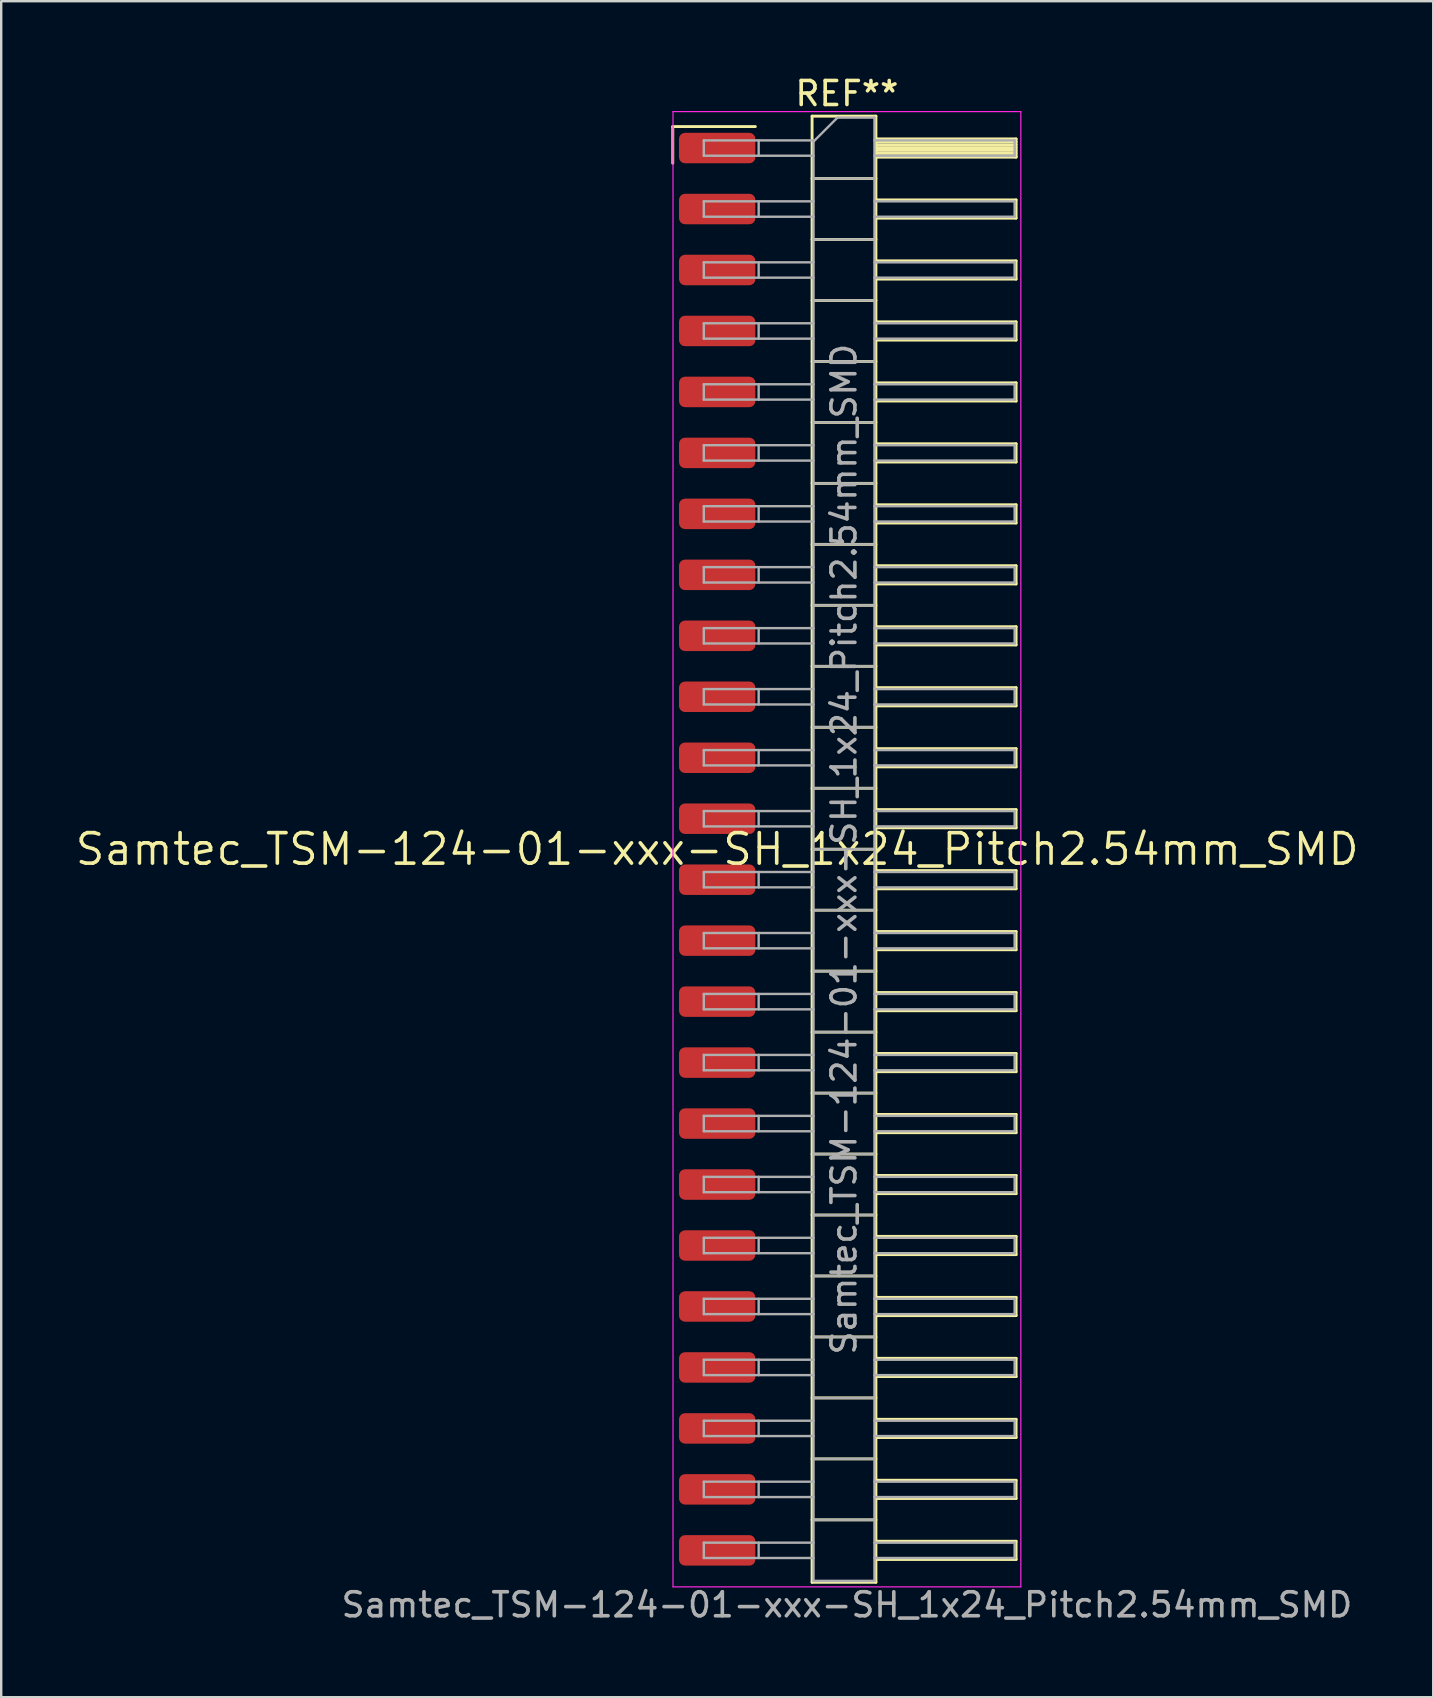
<source format=kicad_pcb>
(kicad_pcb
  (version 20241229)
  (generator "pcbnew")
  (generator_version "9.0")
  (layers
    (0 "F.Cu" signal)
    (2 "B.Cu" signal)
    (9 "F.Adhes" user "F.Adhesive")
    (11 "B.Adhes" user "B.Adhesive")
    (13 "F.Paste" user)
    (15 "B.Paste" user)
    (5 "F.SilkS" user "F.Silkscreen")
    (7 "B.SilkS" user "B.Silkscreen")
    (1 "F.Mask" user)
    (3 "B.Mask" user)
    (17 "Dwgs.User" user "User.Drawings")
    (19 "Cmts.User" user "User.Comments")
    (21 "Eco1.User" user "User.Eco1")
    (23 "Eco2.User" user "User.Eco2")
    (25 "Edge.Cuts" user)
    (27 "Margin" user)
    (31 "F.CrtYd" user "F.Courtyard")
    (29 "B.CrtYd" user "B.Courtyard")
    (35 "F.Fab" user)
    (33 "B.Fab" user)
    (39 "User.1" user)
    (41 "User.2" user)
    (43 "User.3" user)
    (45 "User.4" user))
  (footprint "Samtec_TSM-124-01-xxx-SH_1x24_Pitch2.54mm_SMD"
    (layer "F.Cu")
    (at 26.828 32.328)
    (property "Reference" "Samtec_TSM-124-01-xxx-SH_1x24_Pitch2.54mm_SMD" (at 0 0 0) (layer "F.SilkS") (effects (font (size 1.27 1.27) (thickness 0.15))))
    (attr smd)
    (fp_line (start -1.85 -30.105) (end 1.59 -30.105) (stroke (width 0.12) (type solid)) (layer "F.SilkS"))
    (fp_line (start -1.85 -28.575) (end -1.85 -30.105) (stroke (width 0.12) (type solid)) (layer "F.SilkS"))
    (fp_line (start 3.953 -30.54) (end 6.613 -30.54) (stroke (width 0.12) (type solid)) (layer "F.SilkS"))
    (fp_line (start 3.953 -27.94) (end 6.613 -27.94) (stroke (width 0.12) (type solid)) (layer "F.SilkS"))
    (fp_line (start 3.953 -25.4) (end 6.613 -25.4) (stroke (width 0.12) (type solid)) (layer "F.SilkS"))
    (fp_line (start 3.953 -22.86) (end 6.613 -22.86) (stroke (width 0.12) (type solid)) (layer "F.SilkS"))
    (fp_line (start 3.953 -20.32) (end 6.613 -20.32) (stroke (width 0.12) (type solid)) (layer "F.SilkS"))
    (fp_line (start 3.953 -17.78) (end 6.613 -17.78) (stroke (width 0.12) (type solid)) (layer "F.SilkS"))
    (fp_line (start 3.953 -15.24) (end 6.613 -15.24) (stroke (width 0.12) (type solid)) (layer "F.SilkS"))
    (fp_line (start 3.953 -12.7) (end 6.613 -12.7) (stroke (width 0.12) (type solid)) (layer "F.SilkS"))
    (fp_line (start 3.953 -10.16) (end 6.613 -10.16) (stroke (width 0.12) (type solid)) (layer "F.SilkS"))
    (fp_line (start 3.953 -7.62) (end 6.613 -7.62) (stroke (width 0.12) (type solid)) (layer "F.SilkS"))
    (fp_line (start 3.953 -5.08) (end 6.613 -5.08) (stroke (width 0.12) (type solid)) (layer "F.SilkS"))
    (fp_line (start 3.953 -2.54) (end 6.613 -2.54) (stroke (width 0.12) (type solid)) (layer "F.SilkS"))
    (fp_line (start 3.953 0) (end 6.613 0) (stroke (width 0.12) (type solid)) (layer "F.SilkS"))
    (fp_line (start 3.953 2.54) (end 6.613 2.54) (stroke (width 0.12) (type solid)) (layer "F.SilkS"))
    (fp_line (start 3.953 5.08) (end 6.613 5.08) (stroke (width 0.12) (type solid)) (layer "F.SilkS"))
    (fp_line (start 3.953 7.62) (end 6.613 7.62) (stroke (width 0.12) (type solid)) (layer "F.SilkS"))
    (fp_line (start 3.953 10.16) (end 6.613 10.16) (stroke (width 0.12) (type solid)) (layer "F.SilkS"))
    (fp_line (start 3.953 12.7) (end 6.613 12.7) (stroke (width 0.12) (type solid)) (layer "F.SilkS"))
    (fp_line (start 3.953 15.24) (end 6.613 15.24) (stroke (width 0.12) (type solid)) (layer "F.SilkS"))
    (fp_line (start 3.953 17.78) (end 6.613 17.78) (stroke (width 0.12) (type solid)) (layer "F.SilkS"))
    (fp_line (start 3.953 20.32) (end 6.613 20.32) (stroke (width 0.12) (type solid)) (layer "F.SilkS"))
    (fp_line (start 3.953 22.86) (end 6.613 22.86) (stroke (width 0.12) (type solid)) (layer "F.SilkS"))
    (fp_line (start 3.953 25.4) (end 6.613 25.4) (stroke (width 0.12) (type solid)) (layer "F.SilkS"))
    (fp_line (start 3.953 27.94) (end 6.613 27.94) (stroke (width 0.12) (type solid)) (layer "F.SilkS"))
    (fp_line (start 3.953 30.54) (end 3.953 -30.54) (stroke (width 0.12) (type solid)) (layer "F.SilkS"))
    (fp_line (start 6.613 -30.54) (end 6.613 30.54) (stroke (width 0.12) (type solid)) (layer "F.SilkS"))
    (fp_line (start 6.613 -29.59) (end 12.453 -29.59) (stroke (width 0.12) (type solid)) (layer "F.SilkS"))
    (fp_line (start 6.613 -29.47) (end 12.453 -29.47) (stroke (width 0.12) (type solid)) (layer "F.SilkS"))
    (fp_line (start 6.613 -29.35) (end 12.453 -29.35) (stroke (width 0.12) (type solid)) (layer "F.SilkS"))
    (fp_line (start 6.613 -29.23) (end 12.453 -29.23) (stroke (width 0.12) (type solid)) (layer "F.SilkS"))
    (fp_line (start 6.613 -29.11) (end 12.453 -29.11) (stroke (width 0.12) (type solid)) (layer "F.SilkS"))
    (fp_line (start 6.613 -28.99) (end 12.453 -28.99) (stroke (width 0.12) (type solid)) (layer "F.SilkS"))
    (fp_line (start 6.613 -28.87) (end 12.453 -28.87) (stroke (width 0.12) (type solid)) (layer "F.SilkS"))
    (fp_line (start 6.613 -28.83) (end 12.453 -28.83) (stroke (width 0.12) (type solid)) (layer "F.SilkS"))
    (fp_line (start 6.613 -27.05) (end 12.453 -27.05) (stroke (width 0.12) (type solid)) (layer "F.SilkS"))
    (fp_line (start 6.613 -26.29) (end 12.453 -26.29) (stroke (width 0.12) (type solid)) (layer "F.SilkS"))
    (fp_line (start 6.613 -24.51) (end 12.453 -24.51) (stroke (width 0.12) (type solid)) (layer "F.SilkS"))
    (fp_line (start 6.613 -23.75) (end 12.453 -23.75) (stroke (width 0.12) (type solid)) (layer "F.SilkS"))
    (fp_line (start 6.613 -21.97) (end 12.453 -21.97) (stroke (width 0.12) (type solid)) (layer "F.SilkS"))
    (fp_line (start 6.613 -21.21) (end 12.453 -21.21) (stroke (width 0.12) (type solid)) (layer "F.SilkS"))
    (fp_line (start 6.613 -19.43) (end 12.453 -19.43) (stroke (width 0.12) (type solid)) (layer "F.SilkS"))
    (fp_line (start 6.613 -18.67) (end 12.453 -18.67) (stroke (width 0.12) (type solid)) (layer "F.SilkS"))
    (fp_line (start 6.613 -16.89) (end 12.453 -16.89) (stroke (width 0.12) (type solid)) (layer "F.SilkS"))
    (fp_line (start 6.613 -16.13) (end 12.453 -16.13) (stroke (width 0.12) (type solid)) (layer "F.SilkS"))
    (fp_line (start 6.613 -14.35) (end 12.453 -14.35) (stroke (width 0.12) (type solid)) (layer "F.SilkS"))
    (fp_line (start 6.613 -13.59) (end 12.453 -13.59) (stroke (width 0.12) (type solid)) (layer "F.SilkS"))
    (fp_line (start 6.613 -11.81) (end 12.453 -11.81) (stroke (width 0.12) (type solid)) (layer "F.SilkS"))
    (fp_line (start 6.613 -11.05) (end 12.453 -11.05) (stroke (width 0.12) (type solid)) (layer "F.SilkS"))
    (fp_line (start 6.613 -9.27) (end 12.453 -9.27) (stroke (width 0.12) (type solid)) (layer "F.SilkS"))
    (fp_line (start 6.613 -8.51) (end 12.453 -8.51) (stroke (width 0.12) (type solid)) (layer "F.SilkS"))
    (fp_line (start 6.613 -6.73) (end 12.453 -6.73) (stroke (width 0.12) (type solid)) (layer "F.SilkS"))
    (fp_line (start 6.613 -5.97) (end 12.453 -5.97) (stroke (width 0.12) (type solid)) (layer "F.SilkS"))
    (fp_line (start 6.613 -4.19) (end 12.453 -4.19) (stroke (width 0.12) (type solid)) (layer "F.SilkS"))
    (fp_line (start 6.613 -3.43) (end 12.453 -3.43) (stroke (width 0.12) (type solid)) (layer "F.SilkS"))
    (fp_line (start 6.613 -1.65) (end 12.453 -1.65) (stroke (width 0.12) (type solid)) (layer "F.SilkS"))
    (fp_line (start 6.613 -0.89) (end 12.453 -0.89) (stroke (width 0.12) (type solid)) (layer "F.SilkS"))
    (fp_line (start 6.613 0.89) (end 12.453 0.89) (stroke (width 0.12) (type solid)) (layer "F.SilkS"))
    (fp_line (start 6.613 1.65) (end 12.453 1.65) (stroke (width 0.12) (type solid)) (layer "F.SilkS"))
    (fp_line (start 6.613 3.43) (end 12.453 3.43) (stroke (width 0.12) (type solid)) (layer "F.SilkS"))
    (fp_line (start 6.613 4.19) (end 12.453 4.19) (stroke (width 0.12) (type solid)) (layer "F.SilkS"))
    (fp_line (start 6.613 5.97) (end 12.453 5.97) (stroke (width 0.12) (type solid)) (layer "F.SilkS"))
    (fp_line (start 6.613 6.73) (end 12.453 6.73) (stroke (width 0.12) (type solid)) (layer "F.SilkS"))
    (fp_line (start 6.613 8.51) (end 12.453 8.51) (stroke (width 0.12) (type solid)) (layer "F.SilkS"))
    (fp_line (start 6.613 9.27) (end 12.453 9.27) (stroke (width 0.12) (type solid)) (layer "F.SilkS"))
    (fp_line (start 6.613 11.05) (end 12.453 11.05) (stroke (width 0.12) (type solid)) (layer "F.SilkS"))
    (fp_line (start 6.613 11.81) (end 12.453 11.81) (stroke (width 0.12) (type solid)) (layer "F.SilkS"))
    (fp_line (start 6.613 13.59) (end 12.453 13.59) (stroke (width 0.12) (type solid)) (layer "F.SilkS"))
    (fp_line (start 6.613 14.35) (end 12.453 14.35) (stroke (width 0.12) (type solid)) (layer "F.SilkS"))
    (fp_line (start 6.613 16.13) (end 12.453 16.13) (stroke (width 0.12) (type solid)) (layer "F.SilkS"))
    (fp_line (start 6.613 16.89) (end 12.453 16.89) (stroke (width 0.12) (type solid)) (layer "F.SilkS"))
    (fp_line (start 6.613 18.67) (end 12.453 18.67) (stroke (width 0.12) (type solid)) (layer "F.SilkS"))
    (fp_line (start 6.613 19.43) (end 12.453 19.43) (stroke (width 0.12) (type solid)) (layer "F.SilkS"))
    (fp_line (start 6.613 21.21) (end 12.453 21.21) (stroke (width 0.12) (type solid)) (layer "F.SilkS"))
    (fp_line (start 6.613 21.97) (end 12.453 21.97) (stroke (width 0.12) (type solid)) (layer "F.SilkS"))
    (fp_line (start 6.613 23.75) (end 12.453 23.75) (stroke (width 0.12) (type solid)) (layer "F.SilkS"))
    (fp_line (start 6.613 24.51) (end 12.453 24.51) (stroke (width 0.12) (type solid)) (layer "F.SilkS"))
    (fp_line (start 6.613 26.29) (end 12.453 26.29) (stroke (width 0.12) (type solid)) (layer "F.SilkS"))
    (fp_line (start 6.613 27.05) (end 12.453 27.05) (stroke (width 0.12) (type solid)) (layer "F.SilkS"))
    (fp_line (start 6.613 28.83) (end 12.453 28.83) (stroke (width 0.12) (type solid)) (layer "F.SilkS"))
    (fp_line (start 6.613 29.59) (end 12.453 29.59) (stroke (width 0.12) (type solid)) (layer "F.SilkS"))
    (fp_line (start 6.613 30.54) (end 3.953 30.54) (stroke (width 0.12) (type solid)) (layer "F.SilkS"))
    (fp_line (start 12.453 -29.59) (end 12.453 -28.83) (stroke (width 0.12) (type solid)) (layer "F.SilkS"))
    (fp_line (start 12.453 -27.05) (end 12.453 -26.29) (stroke (width 0.12) (type solid)) (layer "F.SilkS"))
    (fp_line (start 12.453 -24.51) (end 12.453 -23.75) (stroke (width 0.12) (type solid)) (layer "F.SilkS"))
    (fp_line (start 12.453 -21.97) (end 12.453 -21.21) (stroke (width 0.12) (type solid)) (layer "F.SilkS"))
    (fp_line (start 12.453 -19.43) (end 12.453 -18.67) (stroke (width 0.12) (type solid)) (layer "F.SilkS"))
    (fp_line (start 12.453 -16.89) (end 12.453 -16.13) (stroke (width 0.12) (type solid)) (layer "F.SilkS"))
    (fp_line (start 12.453 -14.35) (end 12.453 -13.59) (stroke (width 0.12) (type solid)) (layer "F.SilkS"))
    (fp_line (start 12.453 -11.81) (end 12.453 -11.05) (stroke (width 0.12) (type solid)) (layer "F.SilkS"))
    (fp_line (start 12.453 -9.27) (end 12.453 -8.51) (stroke (width 0.12) (type solid)) (layer "F.SilkS"))
    (fp_line (start 12.453 -6.73) (end 12.453 -5.97) (stroke (width 0.12) (type solid)) (layer "F.SilkS"))
    (fp_line (start 12.453 -4.19) (end 12.453 -3.43) (stroke (width 0.12) (type solid)) (layer "F.SilkS"))
    (fp_line (start 12.453 -1.65) (end 12.453 -0.89) (stroke (width 0.12) (type solid)) (layer "F.SilkS"))
    (fp_line (start 12.453 0.89) (end 12.453 1.65) (stroke (width 0.12) (type solid)) (layer "F.SilkS"))
    (fp_line (start 12.453 3.43) (end 12.453 4.19) (stroke (width 0.12) (type solid)) (layer "F.SilkS"))
    (fp_line (start 12.453 5.97) (end 12.453 6.73) (stroke (width 0.12) (type solid)) (layer "F.SilkS"))
    (fp_line (start 12.453 8.51) (end 12.453 9.27) (stroke (width 0.12) (type solid)) (layer "F.SilkS"))
    (fp_line (start 12.453 11.05) (end 12.453 11.81) (stroke (width 0.12) (type solid)) (layer "F.SilkS"))
    (fp_line (start 12.453 13.59) (end 12.453 14.35) (stroke (width 0.12) (type solid)) (layer "F.SilkS"))
    (fp_line (start 12.453 16.13) (end 12.453 16.89) (stroke (width 0.12) (type solid)) (layer "F.SilkS"))
    (fp_line (start 12.453 18.67) (end 12.453 19.43) (stroke (width 0.12) (type solid)) (layer "F.SilkS"))
    (fp_line (start 12.453 21.21) (end 12.453 21.97) (stroke (width 0.12) (type solid)) (layer "F.SilkS"))
    (fp_line (start 12.453 23.75) (end 12.453 24.51) (stroke (width 0.12) (type solid)) (layer "F.SilkS"))
    (fp_line (start 12.453 26.29) (end 12.453 27.05) (stroke (width 0.12) (type solid)) (layer "F.SilkS"))
    (fp_line (start 12.453 28.83) (end 12.453 29.59) (stroke (width 0.12) (type solid)) (layer "F.SilkS"))
    (fp_line (start -1.84 -30.73) (end 12.65 -30.73) (stroke (width 0.05) (type solid)) (layer "F.CrtYd"))
    (fp_line (start -1.84 30.73) (end -1.84 -30.73) (stroke (width 0.05) (type solid)) (layer "F.CrtYd"))
    (fp_line (start 12.65 -30.73) (end 12.65 30.73) (stroke (width 0.05) (type solid)) (layer "F.CrtYd"))
    (fp_line (start 12.65 30.73) (end -1.84 30.73) (stroke (width 0.05) (type solid)) (layer "F.CrtYd"))
    (fp_line (start -0.557 -29.53) (end -0.557 -28.89) (stroke (width 0.1) (type solid)) (layer "F.Fab"))
    (fp_line (start -0.557 -29.53) (end 4.013 -29.53) (stroke (width 0.1) (type solid)) (layer "F.Fab"))
    (fp_line (start -0.557 -28.89) (end 4.013 -28.89) (stroke (width 0.1) (type solid)) (layer "F.Fab"))
    (fp_line (start -0.557 -26.99) (end -0.557 -26.35) (stroke (width 0.1) (type solid)) (layer "F.Fab"))
    (fp_line (start -0.557 -26.99) (end 4.013 -26.99) (stroke (width 0.1) (type solid)) (layer "F.Fab"))
    (fp_line (start -0.557 -26.35) (end 4.013 -26.35) (stroke (width 0.1) (type solid)) (layer "F.Fab"))
    (fp_line (start -0.557 -24.45) (end -0.557 -23.81) (stroke (width 0.1) (type solid)) (layer "F.Fab"))
    (fp_line (start -0.557 -24.45) (end 4.013 -24.45) (stroke (width 0.1) (type solid)) (layer "F.Fab"))
    (fp_line (start -0.557 -23.81) (end 4.013 -23.81) (stroke (width 0.1) (type solid)) (layer "F.Fab"))
    (fp_line (start -0.557 -21.91) (end -0.557 -21.27) (stroke (width 0.1) (type solid)) (layer "F.Fab"))
    (fp_line (start -0.557 -21.91) (end 4.013 -21.91) (stroke (width 0.1) (type solid)) (layer "F.Fab"))
    (fp_line (start -0.557 -21.27) (end 4.013 -21.27) (stroke (width 0.1) (type solid)) (layer "F.Fab"))
    (fp_line (start -0.557 -19.37) (end -0.557 -18.73) (stroke (width 0.1) (type solid)) (layer "F.Fab"))
    (fp_line (start -0.557 -19.37) (end 4.013 -19.37) (stroke (width 0.1) (type solid)) (layer "F.Fab"))
    (fp_line (start -0.557 -18.73) (end 4.013 -18.73) (stroke (width 0.1) (type solid)) (layer "F.Fab"))
    (fp_line (start -0.557 -16.83) (end -0.557 -16.19) (stroke (width 0.1) (type solid)) (layer "F.Fab"))
    (fp_line (start -0.557 -16.83) (end 4.013 -16.83) (stroke (width 0.1) (type solid)) (layer "F.Fab"))
    (fp_line (start -0.557 -16.19) (end 4.013 -16.19) (stroke (width 0.1) (type solid)) (layer "F.Fab"))
    (fp_line (start -0.557 -14.29) (end -0.557 -13.65) (stroke (width 0.1) (type solid)) (layer "F.Fab"))
    (fp_line (start -0.557 -14.29) (end 4.013 -14.29) (stroke (width 0.1) (type solid)) (layer "F.Fab"))
    (fp_line (start -0.557 -13.65) (end 4.013 -13.65) (stroke (width 0.1) (type solid)) (layer "F.Fab"))
    (fp_line (start -0.557 -11.75) (end -0.557 -11.11) (stroke (width 0.1) (type solid)) (layer "F.Fab"))
    (fp_line (start -0.557 -11.75) (end 4.013 -11.75) (stroke (width 0.1) (type solid)) (layer "F.Fab"))
    (fp_line (start -0.557 -11.11) (end 4.013 -11.11) (stroke (width 0.1) (type solid)) (layer "F.Fab"))
    (fp_line (start -0.557 -9.21) (end -0.557 -8.57) (stroke (width 0.1) (type solid)) (layer "F.Fab"))
    (fp_line (start -0.557 -9.21) (end 4.013 -9.21) (stroke (width 0.1) (type solid)) (layer "F.Fab"))
    (fp_line (start -0.557 -8.57) (end 4.013 -8.57) (stroke (width 0.1) (type solid)) (layer "F.Fab"))
    (fp_line (start -0.557 -6.67) (end -0.557 -6.03) (stroke (width 0.1) (type solid)) (layer "F.Fab"))
    (fp_line (start -0.557 -6.67) (end 4.013 -6.67) (stroke (width 0.1) (type solid)) (layer "F.Fab"))
    (fp_line (start -0.557 -6.03) (end 4.013 -6.03) (stroke (width 0.1) (type solid)) (layer "F.Fab"))
    (fp_line (start -0.557 -4.13) (end -0.557 -3.49) (stroke (width 0.1) (type solid)) (layer "F.Fab"))
    (fp_line (start -0.557 -4.13) (end 4.013 -4.13) (stroke (width 0.1) (type solid)) (layer "F.Fab"))
    (fp_line (start -0.557 -3.49) (end 4.013 -3.49) (stroke (width 0.1) (type solid)) (layer "F.Fab"))
    (fp_line (start -0.557 -1.59) (end -0.557 -0.95) (stroke (width 0.1) (type solid)) (layer "F.Fab"))
    (fp_line (start -0.557 -1.59) (end 4.013 -1.59) (stroke (width 0.1) (type solid)) (layer "F.Fab"))
    (fp_line (start -0.557 -0.95) (end 4.013 -0.95) (stroke (width 0.1) (type solid)) (layer "F.Fab"))
    (fp_line (start -0.557 0.95) (end -0.557 1.59) (stroke (width 0.1) (type solid)) (layer "F.Fab"))
    (fp_line (start -0.557 0.95) (end 4.013 0.95) (stroke (width 0.1) (type solid)) (layer "F.Fab"))
    (fp_line (start -0.557 1.59) (end 4.013 1.59) (stroke (width 0.1) (type solid)) (layer "F.Fab"))
    (fp_line (start -0.557 3.49) (end -0.557 4.13) (stroke (width 0.1) (type solid)) (layer "F.Fab"))
    (fp_line (start -0.557 3.49) (end 4.013 3.49) (stroke (width 0.1) (type solid)) (layer "F.Fab"))
    (fp_line (start -0.557 4.13) (end 4.013 4.13) (stroke (width 0.1) (type solid)) (layer "F.Fab"))
    (fp_line (start -0.557 6.03) (end -0.557 6.67) (stroke (width 0.1) (type solid)) (layer "F.Fab"))
    (fp_line (start -0.557 6.03) (end 4.013 6.03) (stroke (width 0.1) (type solid)) (layer "F.Fab"))
    (fp_line (start -0.557 6.67) (end 4.013 6.67) (stroke (width 0.1) (type solid)) (layer "F.Fab"))
    (fp_line (start -0.557 8.57) (end -0.557 9.21) (stroke (width 0.1) (type solid)) (layer "F.Fab"))
    (fp_line (start -0.557 8.57) (end 4.013 8.57) (stroke (width 0.1) (type solid)) (layer "F.Fab"))
    (fp_line (start -0.557 9.21) (end 4.013 9.21) (stroke (width 0.1) (type solid)) (layer "F.Fab"))
    (fp_line (start -0.557 11.11) (end -0.557 11.75) (stroke (width 0.1) (type solid)) (layer "F.Fab"))
    (fp_line (start -0.557 11.11) (end 4.013 11.11) (stroke (width 0.1) (type solid)) (layer "F.Fab"))
    (fp_line (start -0.557 11.75) (end 4.013 11.75) (stroke (width 0.1) (type solid)) (layer "F.Fab"))
    (fp_line (start -0.557 13.65) (end -0.557 14.29) (stroke (width 0.1) (type solid)) (layer "F.Fab"))
    (fp_line (start -0.557 13.65) (end 4.013 13.65) (stroke (width 0.1) (type solid)) (layer "F.Fab"))
    (fp_line (start -0.557 14.29) (end 4.013 14.29) (stroke (width 0.1) (type solid)) (layer "F.Fab"))
    (fp_line (start -0.557 16.19) (end -0.557 16.83) (stroke (width 0.1) (type solid)) (layer "F.Fab"))
    (fp_line (start -0.557 16.19) (end 4.013 16.19) (stroke (width 0.1) (type solid)) (layer "F.Fab"))
    (fp_line (start -0.557 16.83) (end 4.013 16.83) (stroke (width 0.1) (type solid)) (layer "F.Fab"))
    (fp_line (start -0.557 18.73) (end -0.557 19.37) (stroke (width 0.1) (type solid)) (layer "F.Fab"))
    (fp_line (start -0.557 18.73) (end 4.013 18.73) (stroke (width 0.1) (type solid)) (layer "F.Fab"))
    (fp_line (start -0.557 19.37) (end 4.013 19.37) (stroke (width 0.1) (type solid)) (layer "F.Fab"))
    (fp_line (start -0.557 21.27) (end -0.557 21.91) (stroke (width 0.1) (type solid)) (layer "F.Fab"))
    (fp_line (start -0.557 21.27) (end 4.013 21.27) (stroke (width 0.1) (type solid)) (layer "F.Fab"))
    (fp_line (start -0.557 21.91) (end 4.013 21.91) (stroke (width 0.1) (type solid)) (layer "F.Fab"))
    (fp_line (start -0.557 23.81) (end -0.557 24.45) (stroke (width 0.1) (type solid)) (layer "F.Fab"))
    (fp_line (start -0.557 23.81) (end 4.013 23.81) (stroke (width 0.1) (type solid)) (layer "F.Fab"))
    (fp_line (start -0.557 24.45) (end 4.013 24.45) (stroke (width 0.1) (type solid)) (layer "F.Fab"))
    (fp_line (start -0.557 26.35) (end -0.557 26.99) (stroke (width 0.1) (type solid)) (layer "F.Fab"))
    (fp_line (start -0.557 26.35) (end 4.013 26.35) (stroke (width 0.1) (type solid)) (layer "F.Fab"))
    (fp_line (start -0.557 26.99) (end 4.013 26.99) (stroke (width 0.1) (type solid)) (layer "F.Fab"))
    (fp_line (start -0.557 28.89) (end -0.557 29.53) (stroke (width 0.1) (type solid)) (layer "F.Fab"))
    (fp_line (start -0.557 28.89) (end 4.013 28.89) (stroke (width 0.1) (type solid)) (layer "F.Fab"))
    (fp_line (start -0.557 29.53) (end 4.013 29.53) (stroke (width 0.1) (type solid)) (layer "F.Fab"))
    (fp_line (start 1.728 -29.53) (end 1.728 -28.89) (stroke (width 0.1) (type solid)) (layer "F.Fab"))
    (fp_line (start 1.728 -26.99) (end 1.728 -26.35) (stroke (width 0.1) (type solid)) (layer "F.Fab"))
    (fp_line (start 1.728 -24.45) (end 1.728 -23.81) (stroke (width 0.1) (type solid)) (layer "F.Fab"))
    (fp_line (start 1.728 -21.91) (end 1.728 -21.27) (stroke (width 0.1) (type solid)) (layer "F.Fab"))
    (fp_line (start 1.728 -19.37) (end 1.728 -18.73) (stroke (width 0.1) (type solid)) (layer "F.Fab"))
    (fp_line (start 1.728 -16.83) (end 1.728 -16.19) (stroke (width 0.1) (type solid)) (layer "F.Fab"))
    (fp_line (start 1.728 -14.29) (end 1.728 -13.65) (stroke (width 0.1) (type solid)) (layer "F.Fab"))
    (fp_line (start 1.728 -11.75) (end 1.728 -11.11) (stroke (width 0.1) (type solid)) (layer "F.Fab"))
    (fp_line (start 1.728 -9.21) (end 1.728 -8.57) (stroke (width 0.1) (type solid)) (layer "F.Fab"))
    (fp_line (start 1.728 -6.67) (end 1.728 -6.03) (stroke (width 0.1) (type solid)) (layer "F.Fab"))
    (fp_line (start 1.728 -4.13) (end 1.728 -3.49) (stroke (width 0.1) (type solid)) (layer "F.Fab"))
    (fp_line (start 1.728 -1.59) (end 1.728 -0.95) (stroke (width 0.1) (type solid)) (layer "F.Fab"))
    (fp_line (start 1.728 0.95) (end 1.728 1.59) (stroke (width 0.1) (type solid)) (layer "F.Fab"))
    (fp_line (start 1.728 3.49) (end 1.728 4.13) (stroke (width 0.1) (type solid)) (layer "F.Fab"))
    (fp_line (start 1.728 6.03) (end 1.728 6.67) (stroke (width 0.1) (type solid)) (layer "F.Fab"))
    (fp_line (start 1.728 8.57) (end 1.728 9.21) (stroke (width 0.1) (type solid)) (layer "F.Fab"))
    (fp_line (start 1.728 11.11) (end 1.728 11.75) (stroke (width 0.1) (type solid)) (layer "F.Fab"))
    (fp_line (start 1.728 13.65) (end 1.728 14.29) (stroke (width 0.1) (type solid)) (layer "F.Fab"))
    (fp_line (start 1.728 16.19) (end 1.728 16.83) (stroke (width 0.1) (type solid)) (layer "F.Fab"))
    (fp_line (start 1.728 18.73) (end 1.728 19.37) (stroke (width 0.1) (type solid)) (layer "F.Fab"))
    (fp_line (start 1.728 21.27) (end 1.728 21.91) (stroke (width 0.1) (type solid)) (layer "F.Fab"))
    (fp_line (start 1.728 23.81) (end 1.728 24.45) (stroke (width 0.1) (type solid)) (layer "F.Fab"))
    (fp_line (start 1.728 26.35) (end 1.728 26.99) (stroke (width 0.1) (type solid)) (layer "F.Fab"))
    (fp_line (start 1.728 28.89) (end 1.728 29.53) (stroke (width 0.1) (type solid)) (layer "F.Fab"))
    (fp_line (start 4.013 -29.48) (end 5.013 -30.48) (stroke (width 0.1) (type solid)) (layer "F.Fab"))
    (fp_line (start 4.013 -27.94) (end 6.553 -27.94) (stroke (width 0.1) (type solid)) (layer "F.Fab"))
    (fp_line (start 4.013 -25.4) (end 6.553 -25.4) (stroke (width 0.1) (type solid)) (layer "F.Fab"))
    (fp_line (start 4.013 -22.86) (end 6.553 -22.86) (stroke (width 0.1) (type solid)) (layer "F.Fab"))
    (fp_line (start 4.013 -20.32) (end 6.553 -20.32) (stroke (width 0.1) (type solid)) (layer "F.Fab"))
    (fp_line (start 4.013 -17.78) (end 6.553 -17.78) (stroke (width 0.1) (type solid)) (layer "F.Fab"))
    (fp_line (start 4.013 -15.24) (end 6.553 -15.24) (stroke (width 0.1) (type solid)) (layer "F.Fab"))
    (fp_line (start 4.013 -12.7) (end 6.553 -12.7) (stroke (width 0.1) (type solid)) (layer "F.Fab"))
    (fp_line (start 4.013 -10.16) (end 6.553 -10.16) (stroke (width 0.1) (type solid)) (layer "F.Fab"))
    (fp_line (start 4.013 -7.62) (end 6.553 -7.62) (stroke (width 0.1) (type solid)) (layer "F.Fab"))
    (fp_line (start 4.013 -5.08) (end 6.553 -5.08) (stroke (width 0.1) (type solid)) (layer "F.Fab"))
    (fp_line (start 4.013 -2.54) (end 6.553 -2.54) (stroke (width 0.1) (type solid)) (layer "F.Fab"))
    (fp_line (start 4.013 0) (end 6.553 0) (stroke (width 0.1) (type solid)) (layer "F.Fab"))
    (fp_line (start 4.013 2.54) (end 6.553 2.54) (stroke (width 0.1) (type solid)) (layer "F.Fab"))
    (fp_line (start 4.013 5.08) (end 6.553 5.08) (stroke (width 0.1) (type solid)) (layer "F.Fab"))
    (fp_line (start 4.013 7.62) (end 6.553 7.62) (stroke (width 0.1) (type solid)) (layer "F.Fab"))
    (fp_line (start 4.013 10.16) (end 6.553 10.16) (stroke (width 0.1) (type solid)) (layer "F.Fab"))
    (fp_line (start 4.013 12.7) (end 6.553 12.7) (stroke (width 0.1) (type solid)) (layer "F.Fab"))
    (fp_line (start 4.013 15.24) (end 6.553 15.24) (stroke (width 0.1) (type solid)) (layer "F.Fab"))
    (fp_line (start 4.013 17.78) (end 6.553 17.78) (stroke (width 0.1) (type solid)) (layer "F.Fab"))
    (fp_line (start 4.013 20.32) (end 6.553 20.32) (stroke (width 0.1) (type solid)) (layer "F.Fab"))
    (fp_line (start 4.013 22.86) (end 6.553 22.86) (stroke (width 0.1) (type solid)) (layer "F.Fab"))
    (fp_line (start 4.013 25.4) (end 6.553 25.4) (stroke (width 0.1) (type solid)) (layer "F.Fab"))
    (fp_line (start 4.013 27.94) (end 6.553 27.94) (stroke (width 0.1) (type solid)) (layer "F.Fab"))
    (fp_line (start 4.013 30.48) (end 4.013 -29.48) (stroke (width 0.1) (type solid)) (layer "F.Fab"))
    (fp_line (start 5.013 -30.48) (end 6.553 -30.48) (stroke (width 0.1) (type solid)) (layer "F.Fab"))
    (fp_line (start 6.553 -30.48) (end 6.553 30.48) (stroke (width 0.1) (type solid)) (layer "F.Fab"))
    (fp_line (start 6.553 -29.53) (end 12.393 -29.53) (stroke (width 0.1) (type solid)) (layer "F.Fab"))
    (fp_line (start 6.553 -28.89) (end 12.393 -28.89) (stroke (width 0.1) (type solid)) (layer "F.Fab"))
    (fp_line (start 6.553 -26.99) (end 12.393 -26.99) (stroke (width 0.1) (type solid)) (layer "F.Fab"))
    (fp_line (start 6.553 -26.35) (end 12.393 -26.35) (stroke (width 0.1) (type solid)) (layer "F.Fab"))
    (fp_line (start 6.553 -24.45) (end 12.393 -24.45) (stroke (width 0.1) (type solid)) (layer "F.Fab"))
    (fp_line (start 6.553 -23.81) (end 12.393 -23.81) (stroke (width 0.1) (type solid)) (layer "F.Fab"))
    (fp_line (start 6.553 -21.91) (end 12.393 -21.91) (stroke (width 0.1) (type solid)) (layer "F.Fab"))
    (fp_line (start 6.553 -21.27) (end 12.393 -21.27) (stroke (width 0.1) (type solid)) (layer "F.Fab"))
    (fp_line (start 6.553 -19.37) (end 12.393 -19.37) (stroke (width 0.1) (type solid)) (layer "F.Fab"))
    (fp_line (start 6.553 -18.73) (end 12.393 -18.73) (stroke (width 0.1) (type solid)) (layer "F.Fab"))
    (fp_line (start 6.553 -16.83) (end 12.393 -16.83) (stroke (width 0.1) (type solid)) (layer "F.Fab"))
    (fp_line (start 6.553 -16.19) (end 12.393 -16.19) (stroke (width 0.1) (type solid)) (layer "F.Fab"))
    (fp_line (start 6.553 -14.29) (end 12.393 -14.29) (stroke (width 0.1) (type solid)) (layer "F.Fab"))
    (fp_line (start 6.553 -13.65) (end 12.393 -13.65) (stroke (width 0.1) (type solid)) (layer "F.Fab"))
    (fp_line (start 6.553 -11.75) (end 12.393 -11.75) (stroke (width 0.1) (type solid)) (layer "F.Fab"))
    (fp_line (start 6.553 -11.11) (end 12.393 -11.11) (stroke (width 0.1) (type solid)) (layer "F.Fab"))
    (fp_line (start 6.553 -9.21) (end 12.393 -9.21) (stroke (width 0.1) (type solid)) (layer "F.Fab"))
    (fp_line (start 6.553 -8.57) (end 12.393 -8.57) (stroke (width 0.1) (type solid)) (layer "F.Fab"))
    (fp_line (start 6.553 -6.67) (end 12.393 -6.67) (stroke (width 0.1) (type solid)) (layer "F.Fab"))
    (fp_line (start 6.553 -6.03) (end 12.393 -6.03) (stroke (width 0.1) (type solid)) (layer "F.Fab"))
    (fp_line (start 6.553 -4.13) (end 12.393 -4.13) (stroke (width 0.1) (type solid)) (layer "F.Fab"))
    (fp_line (start 6.553 -3.49) (end 12.393 -3.49) (stroke (width 0.1) (type solid)) (layer "F.Fab"))
    (fp_line (start 6.553 -1.59) (end 12.393 -1.59) (stroke (width 0.1) (type solid)) (layer "F.Fab"))
    (fp_line (start 6.553 -0.95) (end 12.393 -0.95) (stroke (width 0.1) (type solid)) (layer "F.Fab"))
    (fp_line (start 6.553 0.95) (end 12.393 0.95) (stroke (width 0.1) (type solid)) (layer "F.Fab"))
    (fp_line (start 6.553 1.59) (end 12.393 1.59) (stroke (width 0.1) (type solid)) (layer "F.Fab"))
    (fp_line (start 6.553 3.49) (end 12.393 3.49) (stroke (width 0.1) (type solid)) (layer "F.Fab"))
    (fp_line (start 6.553 4.13) (end 12.393 4.13) (stroke (width 0.1) (type solid)) (layer "F.Fab"))
    (fp_line (start 6.553 6.03) (end 12.393 6.03) (stroke (width 0.1) (type solid)) (layer "F.Fab"))
    (fp_line (start 6.553 6.67) (end 12.393 6.67) (stroke (width 0.1) (type solid)) (layer "F.Fab"))
    (fp_line (start 6.553 8.57) (end 12.393 8.57) (stroke (width 0.1) (type solid)) (layer "F.Fab"))
    (fp_line (start 6.553 9.21) (end 12.393 9.21) (stroke (width 0.1) (type solid)) (layer "F.Fab"))
    (fp_line (start 6.553 11.11) (end 12.393 11.11) (stroke (width 0.1) (type solid)) (layer "F.Fab"))
    (fp_line (start 6.553 11.75) (end 12.393 11.75) (stroke (width 0.1) (type solid)) (layer "F.Fab"))
    (fp_line (start 6.553 13.65) (end 12.393 13.65) (stroke (width 0.1) (type solid)) (layer "F.Fab"))
    (fp_line (start 6.553 14.29) (end 12.393 14.29) (stroke (width 0.1) (type solid)) (layer "F.Fab"))
    (fp_line (start 6.553 16.19) (end 12.393 16.19) (stroke (width 0.1) (type solid)) (layer "F.Fab"))
    (fp_line (start 6.553 16.83) (end 12.393 16.83) (stroke (width 0.1) (type solid)) (layer "F.Fab"))
    (fp_line (start 6.553 18.73) (end 12.393 18.73) (stroke (width 0.1) (type solid)) (layer "F.Fab"))
    (fp_line (start 6.553 19.37) (end 12.393 19.37) (stroke (width 0.1) (type solid)) (layer "F.Fab"))
    (fp_line (start 6.553 21.27) (end 12.393 21.27) (stroke (width 0.1) (type solid)) (layer "F.Fab"))
    (fp_line (start 6.553 21.91) (end 12.393 21.91) (stroke (width 0.1) (type solid)) (layer "F.Fab"))
    (fp_line (start 6.553 23.81) (end 12.393 23.81) (stroke (width 0.1) (type solid)) (layer "F.Fab"))
    (fp_line (start 6.553 24.45) (end 12.393 24.45) (stroke (width 0.1) (type solid)) (layer "F.Fab"))
    (fp_line (start 6.553 26.35) (end 12.393 26.35) (stroke (width 0.1) (type solid)) (layer "F.Fab"))
    (fp_line (start 6.553 26.99) (end 12.393 26.99) (stroke (width 0.1) (type solid)) (layer "F.Fab"))
    (fp_line (start 6.553 28.89) (end 12.393 28.89) (stroke (width 0.1) (type solid)) (layer "F.Fab"))
    (fp_line (start 6.553 29.53) (end 12.393 29.53) (stroke (width 0.1) (type solid)) (layer "F.Fab"))
    (fp_line (start 6.553 30.48) (end 4.013 30.48) (stroke (width 0.1) (type solid)) (layer "F.Fab"))
    (fp_line (start 12.393 -29.53) (end 12.393 -28.89) (stroke (width 0.1) (type solid)) (layer "F.Fab"))
    (fp_line (start 12.393 -26.99) (end 12.393 -26.35) (stroke (width 0.1) (type solid)) (layer "F.Fab"))
    (fp_line (start 12.393 -24.45) (end 12.393 -23.81) (stroke (width 0.1) (type solid)) (layer "F.Fab"))
    (fp_line (start 12.393 -21.91) (end 12.393 -21.27) (stroke (width 0.1) (type solid)) (layer "F.Fab"))
    (fp_line (start 12.393 -19.37) (end 12.393 -18.73) (stroke (width 0.1) (type solid)) (layer "F.Fab"))
    (fp_line (start 12.393 -16.83) (end 12.393 -16.19) (stroke (width 0.1) (type solid)) (layer "F.Fab"))
    (fp_line (start 12.393 -14.29) (end 12.393 -13.65) (stroke (width 0.1) (type solid)) (layer "F.Fab"))
    (fp_line (start 12.393 -11.75) (end 12.393 -11.11) (stroke (width 0.1) (type solid)) (layer "F.Fab"))
    (fp_line (start 12.393 -9.21) (end 12.393 -8.57) (stroke (width 0.1) (type solid)) (layer "F.Fab"))
    (fp_line (start 12.393 -6.67) (end 12.393 -6.03) (stroke (width 0.1) (type solid)) (layer "F.Fab"))
    (fp_line (start 12.393 -4.13) (end 12.393 -3.49) (stroke (width 0.1) (type solid)) (layer "F.Fab"))
    (fp_line (start 12.393 -1.59) (end 12.393 -0.95) (stroke (width 0.1) (type solid)) (layer "F.Fab"))
    (fp_line (start 12.393 0.95) (end 12.393 1.59) (stroke (width 0.1) (type solid)) (layer "F.Fab"))
    (fp_line (start 12.393 3.49) (end 12.393 4.13) (stroke (width 0.1) (type solid)) (layer "F.Fab"))
    (fp_line (start 12.393 6.03) (end 12.393 6.67) (stroke (width 0.1) (type solid)) (layer "F.Fab"))
    (fp_line (start 12.393 8.57) (end 12.393 9.21) (stroke (width 0.1) (type solid)) (layer "F.Fab"))
    (fp_line (start 12.393 11.11) (end 12.393 11.75) (stroke (width 0.1) (type solid)) (layer "F.Fab"))
    (fp_line (start 12.393 13.65) (end 12.393 14.29) (stroke (width 0.1) (type solid)) (layer "F.Fab"))
    (fp_line (start 12.393 16.19) (end 12.393 16.83) (stroke (width 0.1) (type solid)) (layer "F.Fab"))
    (fp_line (start 12.393 18.73) (end 12.393 19.37) (stroke (width 0.1) (type solid)) (layer "F.Fab"))
    (fp_line (start 12.393 21.27) (end 12.393 21.91) (stroke (width 0.1) (type solid)) (layer "F.Fab"))
    (fp_line (start 12.393 23.81) (end 12.393 24.45) (stroke (width 0.1) (type solid)) (layer "F.Fab"))
    (fp_line (start 12.393 26.35) (end 12.393 26.99) (stroke (width 0.1) (type solid)) (layer "F.Fab"))
    (fp_line (start 12.393 28.89) (end 12.393 29.53) (stroke (width 0.1) (type solid)) (layer "F.Fab"))
    (fp_text user "REF**" (at 5.405 -31.48 0) (layer "F.SilkS") (effects (font (size 1 1) (thickness 0.15))))
    (fp_text user "${REFERENCE}" (at 5.283 0 90) (layer "F.Fab") (effects (font (size 1 1) (thickness 0.15))))
    (fp_text user "Samtec_TSM-124-01-xxx-SH_1x24_Pitch2.54mm_SMD" (at 5.405 31.48 0) (layer "F.Fab") (effects (font (size 1 1) (thickness 0.15))))
    (pad "1" smd roundrect (at 0 -29.21) (size 3.18 1.27) (layers "F.Cu" "F.Mask" "F.Paste") (roundrect_rratio 0.197))
    (pad "2" smd roundrect (at 0 -26.67) (size 3.18 1.27) (layers "F.Cu" "F.Mask" "F.Paste") (roundrect_rratio 0.197))
    (pad "3" smd roundrect (at 0 -24.13) (size 3.18 1.27) (layers "F.Cu" "F.Mask" "F.Paste") (roundrect_rratio 0.197))
    (pad "4" smd roundrect (at 0 -21.59) (size 3.18 1.27) (layers "F.Cu" "F.Mask" "F.Paste") (roundrect_rratio 0.197))
    (pad "5" smd roundrect (at 0 -19.05) (size 3.18 1.27) (layers "F.Cu" "F.Mask" "F.Paste") (roundrect_rratio 0.197))
    (pad "6" smd roundrect (at 0 -16.51) (size 3.18 1.27) (layers "F.Cu" "F.Mask" "F.Paste") (roundrect_rratio 0.197))
    (pad "7" smd roundrect (at 0 -13.97) (size 3.18 1.27) (layers "F.Cu" "F.Mask" "F.Paste") (roundrect_rratio 0.197))
    (pad "8" smd roundrect (at 0 -11.43) (size 3.18 1.27) (layers "F.Cu" "F.Mask" "F.Paste") (roundrect_rratio 0.197))
    (pad "9" smd roundrect (at 0 -8.89) (size 3.18 1.27) (layers "F.Cu" "F.Mask" "F.Paste") (roundrect_rratio 0.197))
    (pad "10" smd roundrect (at 0 -6.35) (size 3.18 1.27) (layers "F.Cu" "F.Mask" "F.Paste") (roundrect_rratio 0.197))
    (pad "11" smd roundrect (at 0 -3.81) (size 3.18 1.27) (layers "F.Cu" "F.Mask" "F.Paste") (roundrect_rratio 0.197))
    (pad "12" smd roundrect (at 0 -1.27) (size 3.18 1.27) (layers "F.Cu" "F.Mask" "F.Paste") (roundrect_rratio 0.197))
    (pad "13" smd roundrect (at 0 1.27) (size 3.18 1.27) (layers "F.Cu" "F.Mask" "F.Paste") (roundrect_rratio 0.197))
    (pad "14" smd roundrect (at 0 3.81) (size 3.18 1.27) (layers "F.Cu" "F.Mask" "F.Paste") (roundrect_rratio 0.197))
    (pad "15" smd roundrect (at 0 6.35) (size 3.18 1.27) (layers "F.Cu" "F.Mask" "F.Paste") (roundrect_rratio 0.197))
    (pad "16" smd roundrect (at 0 8.89) (size 3.18 1.27) (layers "F.Cu" "F.Mask" "F.Paste") (roundrect_rratio 0.197))
    (pad "17" smd roundrect (at 0 11.43) (size 3.18 1.27) (layers "F.Cu" "F.Mask" "F.Paste") (roundrect_rratio 0.197))
    (pad "18" smd roundrect (at 0 13.97) (size 3.18 1.27) (layers "F.Cu" "F.Mask" "F.Paste") (roundrect_rratio 0.197))
    (pad "19" smd roundrect (at 0 16.51) (size 3.18 1.27) (layers "F.Cu" "F.Mask" "F.Paste") (roundrect_rratio 0.197))
    (pad "20" smd roundrect (at 0 19.05) (size 3.18 1.27) (layers "F.Cu" "F.Mask" "F.Paste") (roundrect_rratio 0.197))
    (pad "21" smd roundrect (at 0 21.59) (size 3.18 1.27) (layers "F.Cu" "F.Mask" "F.Paste") (roundrect_rratio 0.197))
    (pad "22" smd roundrect (at 0 24.13) (size 3.18 1.27) (layers "F.Cu" "F.Mask" "F.Paste") (roundrect_rratio 0.197))
    (pad "23" smd roundrect (at 0 26.67) (size 3.18 1.27) (layers "F.Cu" "F.Mask" "F.Paste") (roundrect_rratio 0.197))
    (pad "24" smd roundrect (at 0 29.21) (size 3.18 1.27) (layers "F.Cu" "F.Mask" "F.Paste") (roundrect_rratio 0.197)))
  (gr_rect
    (start -3 -3)
    (end 56.657 67.656)
    (stroke (width 0.1) (type default))
    (fill no)
    (layer "Edge.Cuts")))
</source>
